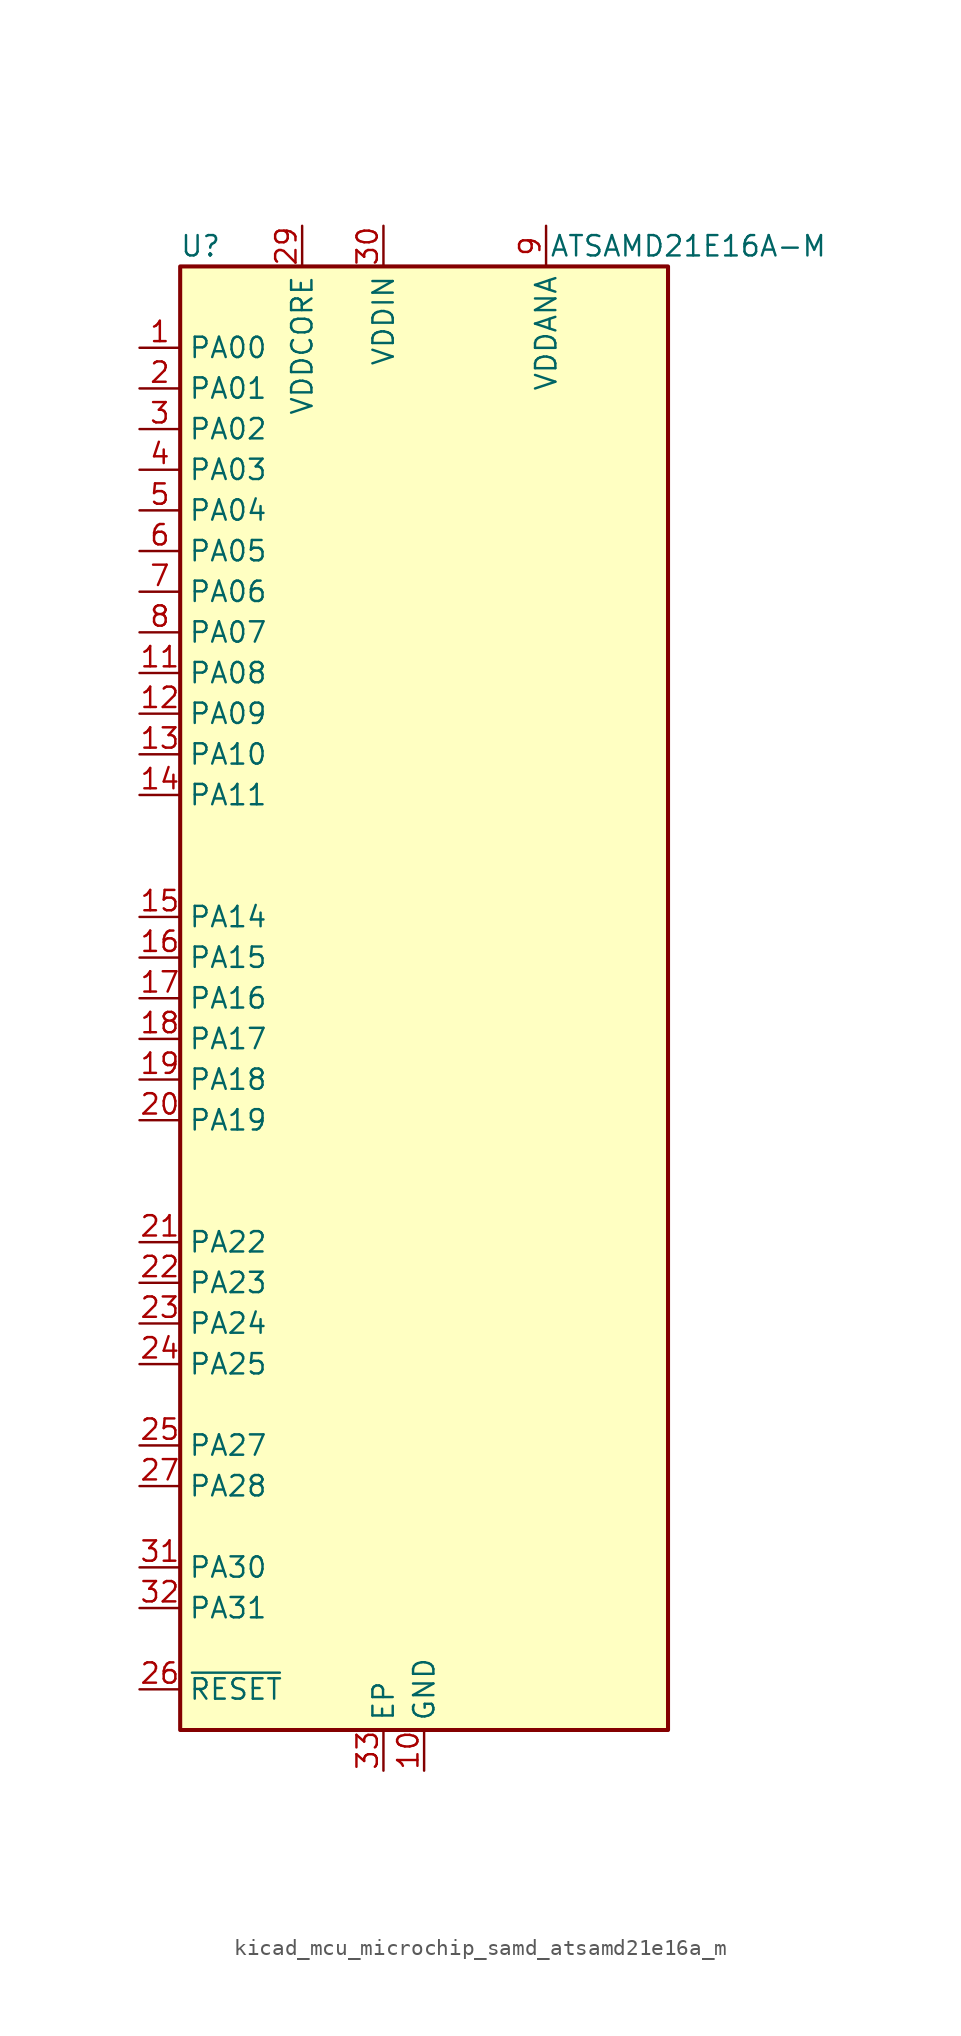
<source format=kicad_sym>
(kicad_symbol_lib
  (version 20220914)
  (generator kicad_symbol_editor)
  (symbol "kicad_mcu_microchip_samd_atsamd21e16a_m"
    (property "Reference" "U"
      (at -13.97 46.99 0)
      (effects (font (size 1.27 1.27))))
    (property "Value" "ATSAMD21E16A-M"
      (at 16.51 46.99 0)
      (effects (font (size 1.27 1.27))))
    (symbol "kicad_mcu_microchip_samd_atsamd21e16a_m_1_1"
      (rectangle (start -15.24 45.72) (end 15.24 -45.72) (stroke (width 0.254) (type default)) (fill (type background)))
      (pin bidirectional line (at -17.78 40.64 0) (length 2.54) (name "PA00" (effects (font (size 1.27 1.27)))) (number "1" (effects (font (size 1.27 1.27)))))
      (pin power_in line (at 0 -48.26 90) (length 2.54) (name "GND" (effects (font (size 1.27 1.27)))) (number "10" (effects (font (size 1.27 1.27)))))
      (pin bidirectional line (at -17.78 20.32 0) (length 2.54) (name "PA08" (effects (font (size 1.27 1.27)))) (number "11" (effects (font (size 1.27 1.27)))))
      (pin bidirectional line (at -17.78 17.78 0) (length 2.54) (name "PA09" (effects (font (size 1.27 1.27)))) (number "12" (effects (font (size 1.27 1.27)))))
      (pin bidirectional line (at -17.78 15.24 0) (length 2.54) (name "PA10" (effects (font (size 1.27 1.27)))) (number "13" (effects (font (size 1.27 1.27)))))
      (pin bidirectional line (at -17.78 12.7 0) (length 2.54) (name "PA11" (effects (font (size 1.27 1.27)))) (number "14" (effects (font (size 1.27 1.27)))))
      (pin bidirectional line (at -17.78 5.08 0) (length 2.54) (name "PA14" (effects (font (size 1.27 1.27)))) (number "15" (effects (font (size 1.27 1.27)))))
      (pin bidirectional line (at -17.78 2.54 0) (length 2.54) (name "PA15" (effects (font (size 1.27 1.27)))) (number "16" (effects (font (size 1.27 1.27)))))
      (pin bidirectional line (at -17.78 0 0) (length 2.54) (name "PA16" (effects (font (size 1.27 1.27)))) (number "17" (effects (font (size 1.27 1.27)))))
      (pin bidirectional line (at -17.78 -2.54 0) (length 2.54) (name "PA17" (effects (font (size 1.27 1.27)))) (number "18" (effects (font (size 1.27 1.27)))))
      (pin bidirectional line (at -17.78 -5.08 0) (length 2.54) (name "PA18" (effects (font (size 1.27 1.27)))) (number "19" (effects (font (size 1.27 1.27)))))
      (pin bidirectional line (at -17.78 38.1 0) (length 2.54) (name "PA01" (effects (font (size 1.27 1.27)))) (number "2" (effects (font (size 1.27 1.27)))))
      (pin bidirectional line (at -17.78 -7.62 0) (length 2.54) (name "PA19" (effects (font (size 1.27 1.27)))) (number "20" (effects (font (size 1.27 1.27)))))
      (pin bidirectional line (at -17.78 -15.24 0) (length 2.54) (name "PA22" (effects (font (size 1.27 1.27)))) (number "21" (effects (font (size 1.27 1.27)))))
      (pin bidirectional line (at -17.78 -17.78 0) (length 2.54) (name "PA23" (effects (font (size 1.27 1.27)))) (number "22" (effects (font (size 1.27 1.27)))))
      (pin bidirectional line (at -17.78 -20.32 0) (length 2.54) (name "PA24" (effects (font (size 1.27 1.27)))) (number "23" (effects (font (size 1.27 1.27)))))
      (pin bidirectional line (at -17.78 -22.86 0) (length 2.54) (name "PA25" (effects (font (size 1.27 1.27)))) (number "24" (effects (font (size 1.27 1.27)))))
      (pin bidirectional line (at -17.78 -27.94 0) (length 2.54) (name "PA27" (effects (font (size 1.27 1.27)))) (number "25" (effects (font (size 1.27 1.27)))))
      (pin input line (at -17.78 -43.18 0) (length 2.54) (name "~{RESET}" (effects (font (size 1.27 1.27)))) (number "26" (effects (font (size 1.27 1.27)))))
      (pin bidirectional line (at -17.78 -30.48 0) (length 2.54) (name "PA28" (effects (font (size 1.27 1.27)))) (number "27" (effects (font (size 1.27 1.27)))))
      (pin passive line (at 0 -48.26 90) (length 2.54) hide (name "GND" (effects (font (size 1.27 1.27)))) (number "28" (effects (font (size 1.27 1.27)))))
      (pin power_out line (at -7.62 48.26 270) (length 2.54) (name "VDDCORE" (effects (font (size 1.27 1.27)))) (number "29" (effects (font (size 1.27 1.27)))))
      (pin bidirectional line (at -17.78 35.56 0) (length 2.54) (name "PA02" (effects (font (size 1.27 1.27)))) (number "3" (effects (font (size 1.27 1.27)))))
      (pin power_in line (at -2.54 48.26 270) (length 2.54) (name "VDDIN" (effects (font (size 1.27 1.27)))) (number "30" (effects (font (size 1.27 1.27)))))
      (pin bidirectional line (at -17.78 -35.56 0) (length 2.54) (name "PA30" (effects (font (size 1.27 1.27)))) (number "31" (effects (font (size 1.27 1.27)))))
      (pin bidirectional line (at -17.78 -38.1 0) (length 2.54) (name "PA31" (effects (font (size 1.27 1.27)))) (number "32" (effects (font (size 1.27 1.27)))))
      (pin passive line (at -2.54 -48.26 90) (length 2.54) (name "EP" (effects (font (size 1.27 1.27)))) (number "33" (effects (font (size 1.27 1.27)))))
      (pin bidirectional line (at -17.78 33.02 0) (length 2.54) (name "PA03" (effects (font (size 1.27 1.27)))) (number "4" (effects (font (size 1.27 1.27)))))
      (pin bidirectional line (at -17.78 30.48 0) (length 2.54) (name "PA04" (effects (font (size 1.27 1.27)))) (number "5" (effects (font (size 1.27 1.27)))))
      (pin bidirectional line (at -17.78 27.94 0) (length 2.54) (name "PA05" (effects (font (size 1.27 1.27)))) (number "6" (effects (font (size 1.27 1.27)))))
      (pin bidirectional line (at -17.78 25.4 0) (length 2.54) (name "PA06" (effects (font (size 1.27 1.27)))) (number "7" (effects (font (size 1.27 1.27)))))
      (pin bidirectional line (at -17.78 22.86 0) (length 2.54) (name "PA07" (effects (font (size 1.27 1.27)))) (number "8" (effects (font (size 1.27 1.27)))))
      (pin power_in line (at 7.62 48.26 270) (length 2.54) (name "VDDANA" (effects (font (size 1.27 1.27)))) (number "9" (effects (font (size 1.27 1.27))))))))
</source>
